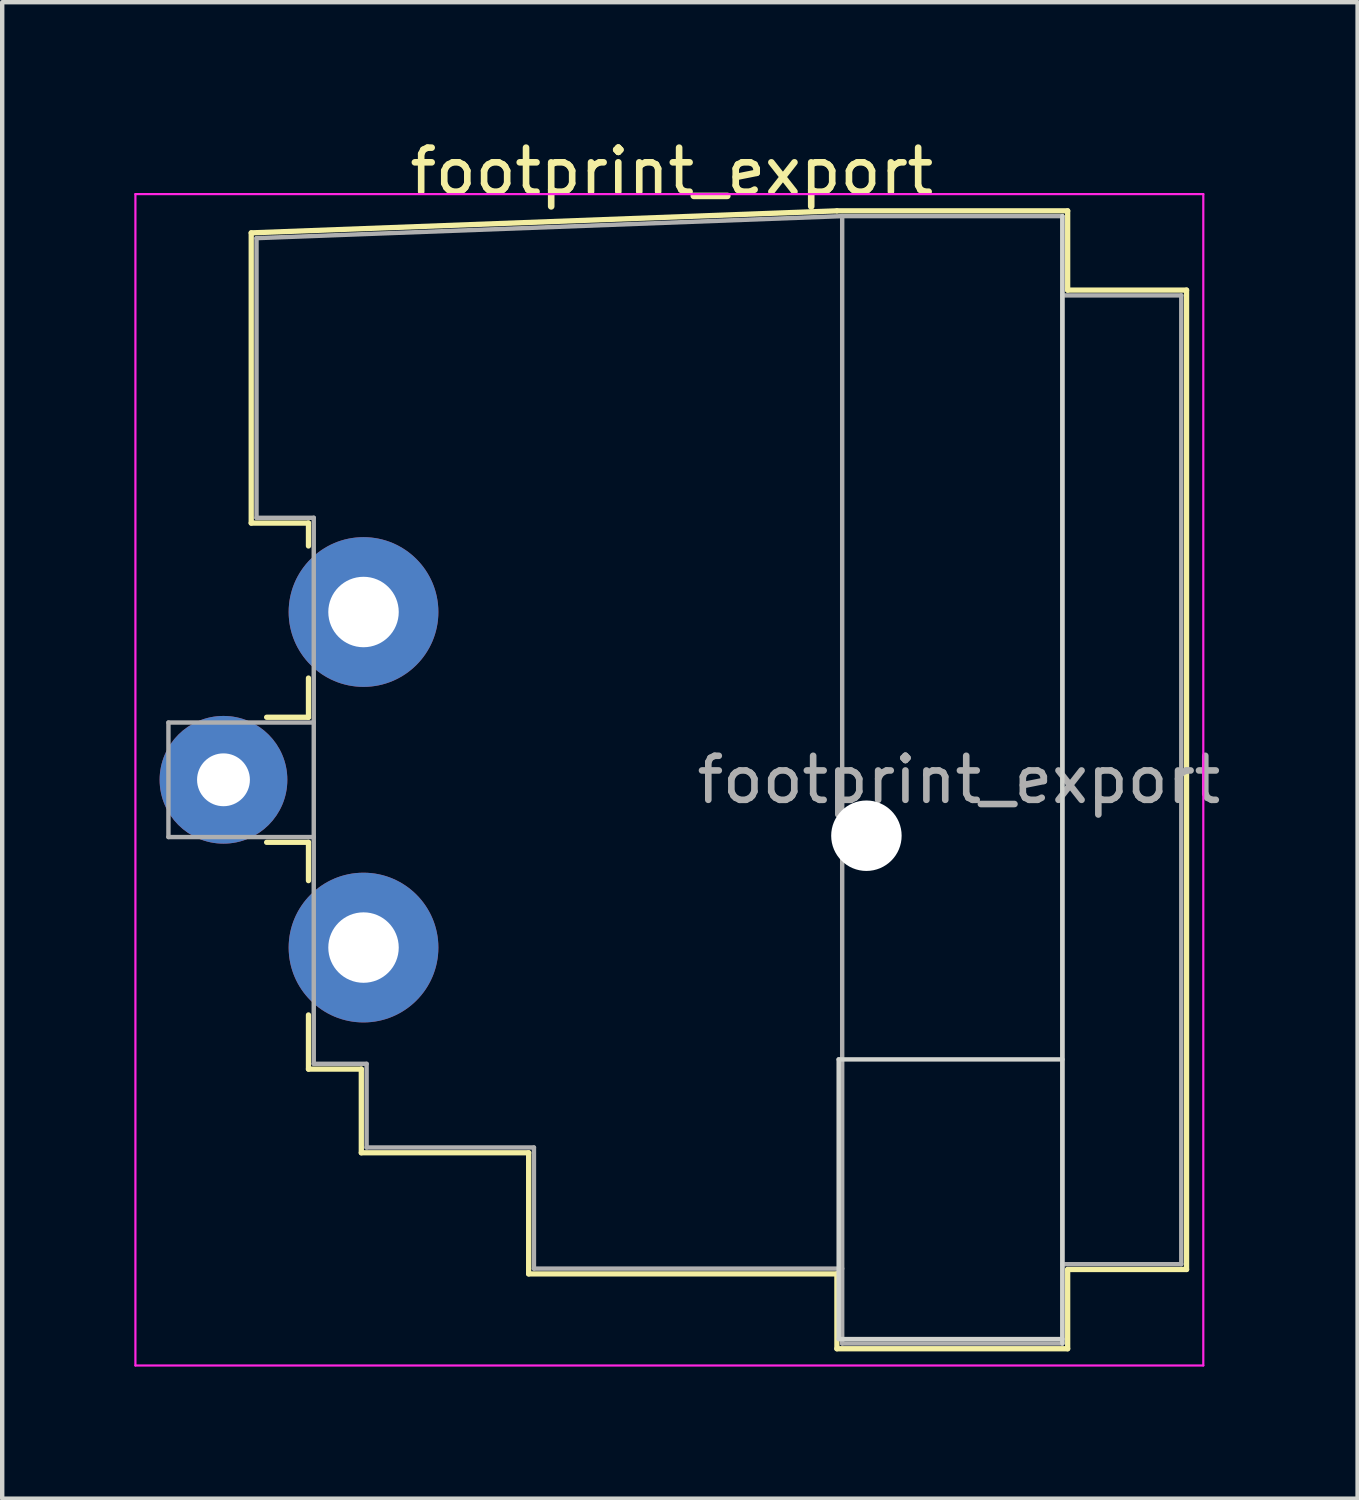
<source format=kicad_pcb>
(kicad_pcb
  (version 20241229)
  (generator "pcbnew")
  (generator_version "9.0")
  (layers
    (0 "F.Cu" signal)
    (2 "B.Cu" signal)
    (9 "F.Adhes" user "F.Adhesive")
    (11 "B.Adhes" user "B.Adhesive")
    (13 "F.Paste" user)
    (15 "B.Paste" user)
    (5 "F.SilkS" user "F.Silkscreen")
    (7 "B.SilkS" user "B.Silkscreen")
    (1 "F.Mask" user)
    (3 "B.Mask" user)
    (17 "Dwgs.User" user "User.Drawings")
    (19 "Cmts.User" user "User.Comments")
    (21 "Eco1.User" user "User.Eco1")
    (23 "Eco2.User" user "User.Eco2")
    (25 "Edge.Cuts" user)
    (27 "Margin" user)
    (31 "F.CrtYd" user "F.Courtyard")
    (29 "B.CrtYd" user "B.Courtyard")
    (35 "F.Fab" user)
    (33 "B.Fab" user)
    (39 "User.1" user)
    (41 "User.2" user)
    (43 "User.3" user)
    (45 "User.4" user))
  (footprint "footprint_export"
    (layer "F.Cu")
    (at 5.205 10.848)
    (property "Reference" "footprint_export" (at 7 -10 0) (layer "F.SilkS") (effects (font (size 1 1) (thickness 0.15))))
    (attr through_hole)
    (fp_line (start -2.55 -8.61) (end -2.55 -2.02) (stroke (width 0.12) (type solid)) (layer "F.SilkS"))
    (fp_line (start -2.55 -2.02) (end -1.25 -2.02) (stroke (width 0.12) (type solid)) (layer "F.SilkS"))
    (fp_line (start -1.25 -2.02) (end -1.25 -1.5) (stroke (width 0.12) (type solid)) (layer "F.SilkS"))
    (fp_line (start -1.25 1.5) (end -1.25 2.39) (stroke (width 0.12) (type solid)) (layer "F.SilkS"))
    (fp_line (start -1.25 2.39) (end -2.2 2.39) (stroke (width 0.12) (type solid)) (layer "F.SilkS"))
    (fp_line (start -1.25 5.23) (end -2.2 5.23) (stroke (width 0.12) (type solid)) (layer "F.SilkS"))
    (fp_line (start -1.25 5.23) (end -1.25 6.1) (stroke (width 0.12) (type solid)) (layer "F.SilkS"))
    (fp_line (start -1.25 9.15) (end -1.25 10.38) (stroke (width 0.12) (type solid)) (layer "F.SilkS"))
    (fp_line (start -0.05 10.38) (end -1.25 10.38) (stroke (width 0.12) (type solid)) (layer "F.SilkS"))
    (fp_line (start -0.05 10.38) (end -0.05 12.28) (stroke (width 0.12) (type solid)) (layer "F.SilkS"))
    (fp_line (start 3.75 12.28) (end -0.05 12.28) (stroke (width 0.12) (type solid)) (layer "F.SilkS"))
    (fp_line (start 3.75 12.28) (end 3.75 15.03) (stroke (width 0.12) (type solid)) (layer "F.SilkS"))
    (fp_line (start 10.75 -9.11) (end -2.55 -8.61) (stroke (width 0.12) (type solid)) (layer "F.SilkS"))
    (fp_line (start 10.75 15.03) (end 3.75 15.03) (stroke (width 0.12) (type solid)) (layer "F.SilkS"))
    (fp_line (start 10.75 16.73) (end 10.75 15.03) (stroke (width 0.12) (type solid)) (layer "F.SilkS"))
    (fp_line (start 15.99 -9.11) (end 10.75 -9.11) (stroke (width 0.12) (type solid)) (layer "F.SilkS"))
    (fp_line (start 15.99 -9.11) (end 15.99 -7.31) (stroke (width 0.12) (type solid)) (layer "F.SilkS"))
    (fp_line (start 15.99 -7.31) (end 18.69 -7.31) (stroke (width 0.12) (type solid)) (layer "F.SilkS"))
    (fp_line (start 15.99 14.93) (end 15.99 16.73) (stroke (width 0.12) (type solid)) (layer "F.SilkS"))
    (fp_line (start 15.99 14.93) (end 18.69 14.93) (stroke (width 0.12) (type solid)) (layer "F.SilkS"))
    (fp_line (start 15.99 16.73) (end 10.75 16.73) (stroke (width 0.12) (type solid)) (layer "F.SilkS"))
    (fp_line (start 18.69 -7.31) (end 18.69 14.93) (stroke (width 0.12) (type solid)) (layer "F.SilkS"))
    (fp_line (start 10.79 10.16) (end 10.79 16.51) (stroke (width 0.1) (type solid)) (layer "Edge.Cuts"))
    (fp_line (start 10.79 16.51) (end 15.87 16.51) (stroke (width 0.1) (type solid)) (layer "Edge.Cuts"))
    (fp_line (start 15.87 -8.99) (end 15.87 16.61) (stroke (width 0.1) (type solid)) (layer "Edge.Cuts"))
    (fp_line (start 15.87 10.16) (end 10.79 10.16) (stroke (width 0.1) (type solid)) (layer "Edge.Cuts"))
    (fp_line (start -5.18 -9.49) (end -5.18 17.11) (stroke (width 0.05) (type solid)) (layer "F.CrtYd"))
    (fp_line (start 19.07 -9.49) (end -5.18 -9.49) (stroke (width 0.05) (type solid)) (layer "F.CrtYd"))
    (fp_line (start 19.07 -9.49) (end 19.07 17.11) (stroke (width 0.05) (type solid)) (layer "F.CrtYd"))
    (fp_line (start 19.07 17.11) (end -5.18 17.11) (stroke (width 0.05) (type solid)) (layer "F.CrtYd"))
    (fp_line (start -4.43 2.51) (end -4.43 5.11) (stroke (width 0.1) (type solid)) (layer "F.Fab"))
    (fp_line (start -4.43 2.51) (end -1.13 2.51) (stroke (width 0.1) (type solid)) (layer "F.Fab"))
    (fp_line (start -4.43 5.11) (end -1.13 5.11) (stroke (width 0.1) (type solid)) (layer "F.Fab"))
    (fp_line (start -2.43 -8.49) (end -2.43 -2.14) (stroke (width 0.1) (type solid)) (layer "F.Fab"))
    (fp_line (start -2.43 -8.49) (end 10.87 -8.99) (stroke (width 0.1) (type solid)) (layer "F.Fab"))
    (fp_line (start -1.13 -2.14) (end -2.43 -2.14) (stroke (width 0.1) (type solid)) (layer "F.Fab"))
    (fp_line (start -1.13 -2.14) (end -1.13 10.26) (stroke (width 0.1) (type solid)) (layer "F.Fab"))
    (fp_line (start -1.13 10.26) (end 0.07 10.26) (stroke (width 0.1) (type solid)) (layer "F.Fab"))
    (fp_line (start 0.07 10.26) (end 0.07 12.16) (stroke (width 0.1) (type solid)) (layer "F.Fab"))
    (fp_line (start 0.07 12.16) (end 3.87 12.16) (stroke (width 0.1) (type solid)) (layer "F.Fab"))
    (fp_line (start 3.87 12.16) (end 3.87 14.91) (stroke (width 0.1) (type solid)) (layer "F.Fab"))
    (fp_line (start 3.87 14.91) (end 10.87 14.91) (stroke (width 0.1) (type solid)) (layer "F.Fab"))
    (fp_line (start 10.87 -8.99) (end 15.87 -8.99) (stroke (width 0.1) (type solid)) (layer "F.Fab"))
    (fp_line (start 10.87 16.61) (end 10.87 -8.99) (stroke (width 0.1) (type solid)) (layer "F.Fab"))
    (fp_line (start 15.87 -8.99) (end 15.87 16.61) (stroke (width 0.1) (type solid)) (layer "F.Fab"))
    (fp_line (start 15.87 -7.19) (end 18.57 -7.19) (stroke (width 0.1) (type solid)) (layer "F.Fab"))
    (fp_line (start 15.87 16.61) (end 10.87 16.61) (stroke (width 0.1) (type solid)) (layer "F.Fab"))
    (fp_line (start 18.57 -7.19) (end 18.57 14.81) (stroke (width 0.1) (type solid)) (layer "F.Fab"))
    (fp_line (start 18.57 14.81) (end 15.87 14.81) (stroke (width 0.1) (type solid)) (layer "F.Fab"))
    (fp_text user "${REFERENCE}" (at 13.52 3.81 0) (layer "F.Fab") (effects (font (size 1 1) (thickness 0.15))))
    (pad "" np_thru_hole circle (at 11.42 5.08) (size 1.6 1.6) (drill 1.6) (layers "*.Cu" "*.Mask"))
    (pad "1" thru_hole circle (at 0 0) (size 3.4 3.4) (drill 1.6) (layers "*.Cu" "*.Mask"))
    (pad "2" thru_hole circle (at -3.18 3.81) (size 2.9 2.9) (drill 1.2) (layers "*.Cu" "*.Mask"))
    (pad "3" thru_hole circle (at 0 7.62) (size 3.4 3.4) (drill 1.6) (layers "*.Cu" "*.Mask")))
  (gr_rect
    (start -3 -3)
    (end 27.779 30.983)
    (stroke (width 0.1) (type default))
    (fill no)
    (layer "Edge.Cuts")))
</source>
